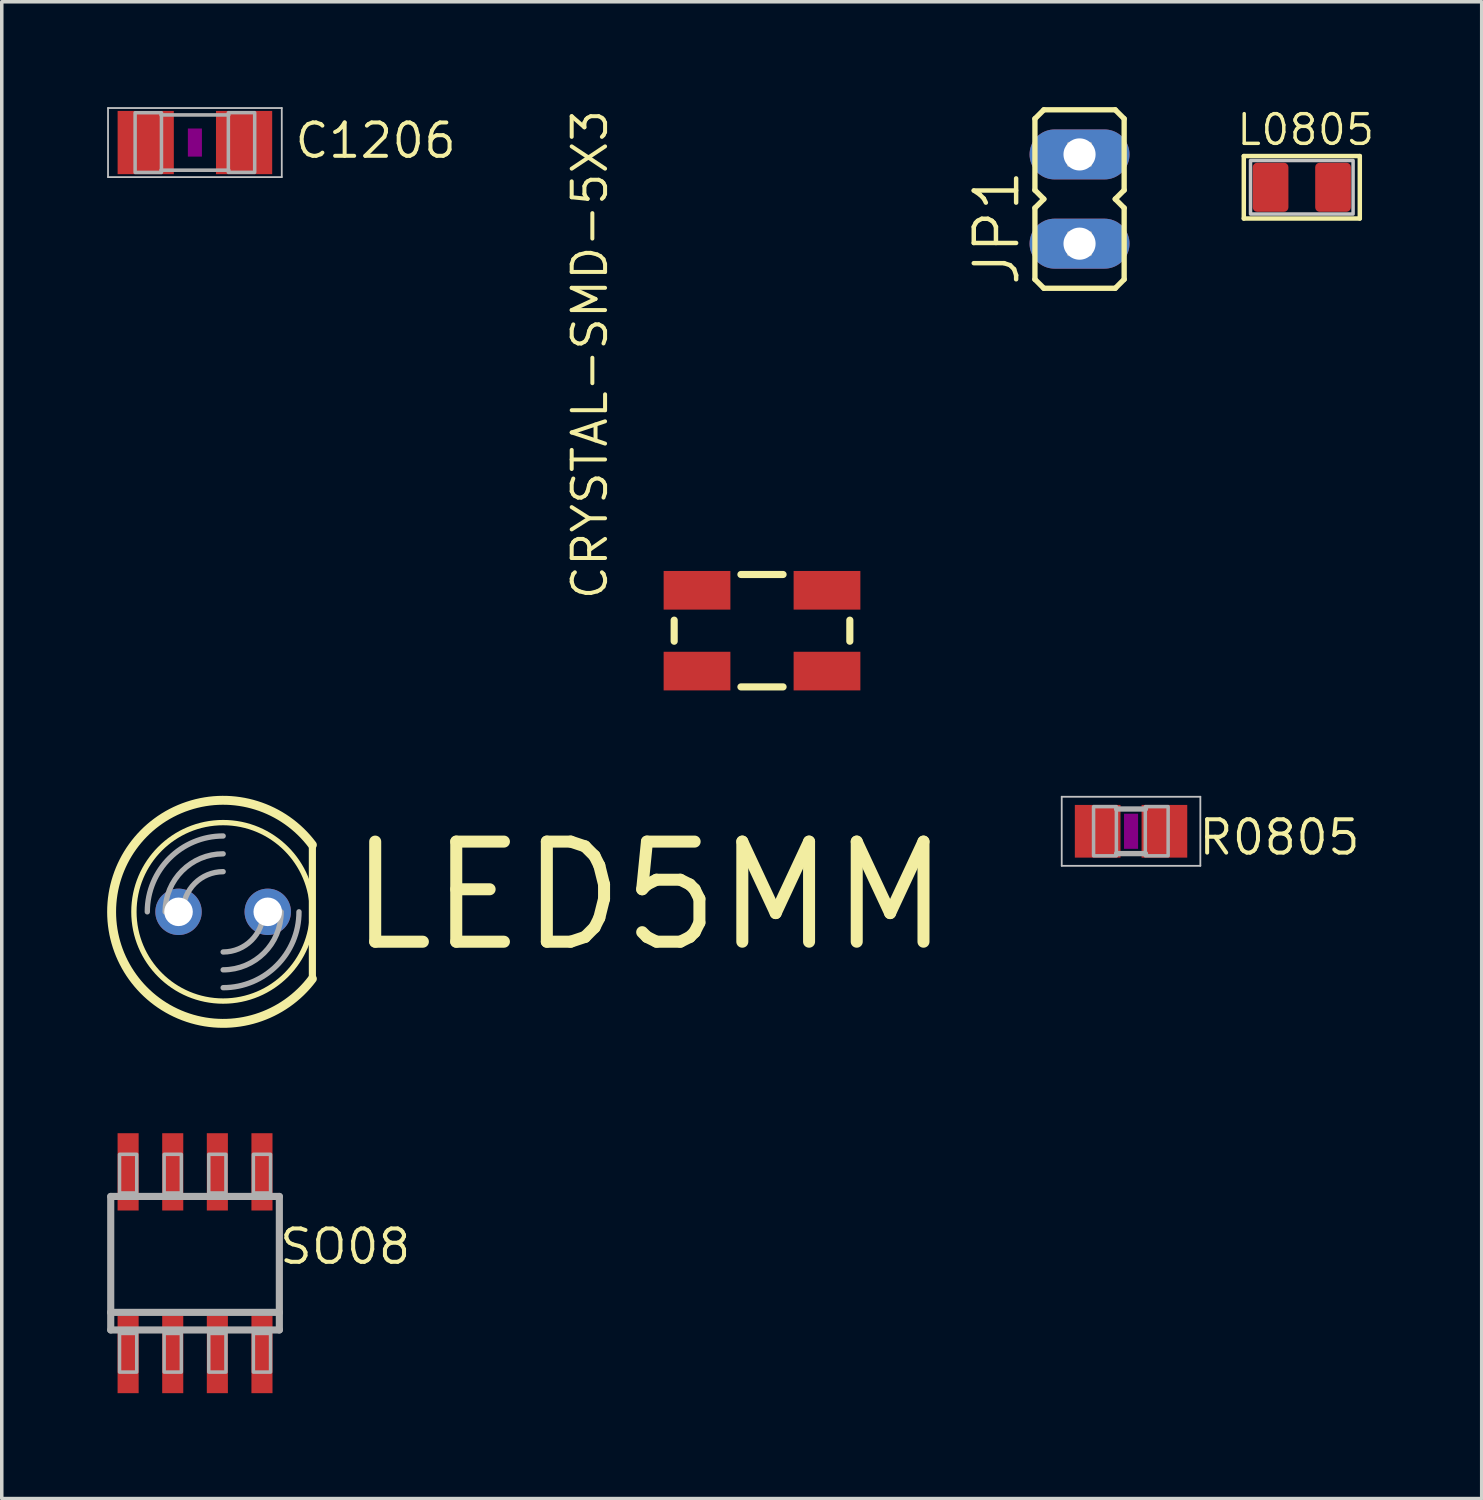
<source format=kicad_pcb>
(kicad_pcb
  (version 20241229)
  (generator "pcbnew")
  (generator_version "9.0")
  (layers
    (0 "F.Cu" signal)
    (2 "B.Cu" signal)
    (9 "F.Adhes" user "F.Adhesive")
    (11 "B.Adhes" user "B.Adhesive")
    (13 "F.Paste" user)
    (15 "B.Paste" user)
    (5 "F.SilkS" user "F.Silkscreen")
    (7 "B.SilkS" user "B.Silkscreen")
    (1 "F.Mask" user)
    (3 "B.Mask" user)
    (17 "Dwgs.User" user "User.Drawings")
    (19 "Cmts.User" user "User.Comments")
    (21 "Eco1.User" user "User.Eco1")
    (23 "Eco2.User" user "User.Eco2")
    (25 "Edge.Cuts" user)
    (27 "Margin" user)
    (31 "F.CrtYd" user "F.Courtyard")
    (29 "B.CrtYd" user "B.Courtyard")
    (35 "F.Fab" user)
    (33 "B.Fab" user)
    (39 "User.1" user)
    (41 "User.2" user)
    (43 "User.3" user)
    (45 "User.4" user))
  (footprint "C1206"
    (layer "F.Cu")
    (at 2.498 1.008)
    (property "Reference" "C1206" (at 2.785 0.5 0) (layer "F.SilkS") (effects (font (size 0.95 0.95) (thickness 0.114)) (justify left bottom)))
    (attr through_hole)
    (fp_poly (pts (xy -0.2 0.4) (xy 0.2 0.4) (xy 0.2 -0.4) (xy -0.2 -0.4)) (stroke (width 0) (type solid)) (fill yes) (layer "F.Adhes"))
    (fp_line (start -2.473 -0.983) (end 2.473 -0.983) (stroke (width 0.051) (type solid)) (layer "Dwgs.User"))
    (fp_line (start -2.473 0.983) (end -2.473 -0.983) (stroke (width 0.051) (type solid)) (layer "Dwgs.User"))
    (fp_line (start 2.473 -0.983) (end 2.473 0.983) (stroke (width 0.051) (type solid)) (layer "Dwgs.User"))
    (fp_line (start 2.473 0.983) (end -2.473 0.983) (stroke (width 0.051) (type solid)) (layer "Dwgs.User"))
    (fp_line (start -0.965 -0.787) (end 0.965 -0.787) (stroke (width 0.102) (type solid)) (layer "F.Fab"))
    (fp_line (start -0.965 0.787) (end 0.965 0.787) (stroke (width 0.102) (type solid)) (layer "F.Fab"))
    (fp_poly (pts (xy -1.702 0.851) (xy -0.952 0.851) (xy -0.952 -0.849) (xy -1.702 -0.849)) (stroke (width 0.1) (type solid)) (fill no) (layer "F.Fab"))
    (fp_poly (pts (xy 0.952 0.849) (xy 1.702 0.849) (xy 1.702 -0.851) (xy 0.952 -0.851)) (stroke (width 0.1) (type solid)) (fill no) (layer "F.Fab"))
    (pad "1" smd rect (at -1.4 0) (size 1.6 1.8) (layers "F.Cu" "F.Mask" "F.Paste"))
    (pad "2" smd rect (at 1.4 0) (size 1.6 1.8) (layers "F.Cu" "F.Mask" "F.Paste")))
  (footprint "CRYSTAL-SMD-5X3"
    (layer "F.Cu")
    (at 18.641 14.903)
    (property "Reference" "CRYSTAL-SMD-5X3" (at -4.345 -0.818 90) (layer "F.SilkS") (effects (font (size 0.95 0.95) (thickness 0.114)) (justify left bottom)))
    (attr through_hole)
    (fp_line (start -2.5 -0.3) (end -2.5 0.3) (stroke (width 0.203) (type solid)) (layer "F.SilkS"))
    (fp_line (start -0.6 -1.6) (end 0.6 -1.6) (stroke (width 0.203) (type solid)) (layer "F.SilkS"))
    (fp_line (start 0.6 1.6) (end -0.6 1.6) (stroke (width 0.203) (type solid)) (layer "F.SilkS"))
    (fp_line (start 2.5 -0.3) (end 2.5 0.3) (stroke (width 0.203) (type solid)) (layer "F.SilkS"))
    (pad "1" smd rect (at -1.85 1.15) (size 1.9 1.1) (layers "F.Cu" "F.Mask" "F.Paste"))
    (pad "2" smd rect (at 1.85 1.15) (size 1.9 1.1) (layers "F.Cu" "F.Mask" "F.Paste"))
    (pad "3" smd rect (at 1.85 -1.15) (size 1.9 1.1) (layers "F.Cu" "F.Mask" "F.Paste"))
    (pad "4" smd rect (at -1.85 -1.15) (size 1.9 1.1) (layers "F.Cu" "F.Mask" "F.Paste")))
  (footprint "L0805"
    (layer "F.Cu")
    (at 34.007 2.281)
    (property "Reference" "L0805" (at -1.905 -1.143 0) (layer "F.SilkS") (effects (font (size 0.845 0.845) (thickness 0.098)) (justify left bottom)))
    (attr through_hole)
    (fp_line (start -1.651 -0.889) (end 1.651 -0.889) (stroke (width 0.127) (type solid)) (layer "F.SilkS"))
    (fp_line (start -1.651 0.889) (end -1.651 -0.889) (stroke (width 0.127) (type solid)) (layer "F.SilkS"))
    (fp_line (start 1.651 -0.889) (end 1.651 0.889) (stroke (width 0.127) (type solid)) (layer "F.SilkS"))
    (fp_line (start 1.651 0.889) (end -1.651 0.889) (stroke (width 0.127) (type solid)) (layer "F.SilkS"))
    (fp_poly (pts (xy -1.46 0.762) (xy 1.46 0.762) (xy 1.46 -0.762) (xy -1.46 -0.762)) (stroke (width 0.1) (type solid)) (fill no) (layer "Dwgs.User"))
    (pad "1" smd roundrect (at -0.889 0) (size 1.016 1.397) (layers "F.Cu" "F.Mask" "F.Paste") (roundrect_rratio 0.125))
    (pad "2" smd roundrect (at 0.889 0) (size 1.016 1.397) (layers "F.Cu" "F.Mask" "F.Paste") (roundrect_rratio 0.125)))
  (footprint "JP1"
    (layer "F.Cu")
    (at 27.68 2.616)
    (property "Reference" "JP1" (at -1.651 2.54 90) (layer "F.SilkS") (effects (font (size 1.206 1.206) (thickness 0.127)) (justify left bottom)))
    (attr through_hole)
    (fp_line (start -1.27 -2.286) (end -1.27 -0.254) (stroke (width 0.152) (type solid)) (layer "F.SilkS"))
    (fp_line (start -1.27 -2.286) (end -1.016 -2.54) (stroke (width 0.152) (type solid)) (layer "F.SilkS"))
    (fp_line (start -1.27 0.254) (end -1.27 2.286) (stroke (width 0.152) (type solid)) (layer "F.SilkS"))
    (fp_line (start -1.016 0) (end -1.27 -0.254) (stroke (width 0.152) (type solid)) (layer "F.SilkS"))
    (fp_line (start -1.016 0) (end -1.27 0.254) (stroke (width 0.152) (type solid)) (layer "F.SilkS"))
    (fp_line (start -1.016 2.54) (end -1.27 2.286) (stroke (width 0.152) (type solid)) (layer "F.SilkS"))
    (fp_line (start -1.016 2.54) (end 1.016 2.54) (stroke (width 0.152) (type solid)) (layer "F.SilkS"))
    (fp_line (start 1.016 -2.54) (end -1.016 -2.54) (stroke (width 0.152) (type solid)) (layer "F.SilkS"))
    (fp_line (start 1.016 0) (end 1.27 -0.254) (stroke (width 0.152) (type solid)) (layer "F.SilkS"))
    (fp_line (start 1.016 0) (end 1.27 0.254) (stroke (width 0.152) (type solid)) (layer "F.SilkS"))
    (fp_line (start 1.016 2.54) (end 1.27 2.286) (stroke (width 0.152) (type solid)) (layer "F.SilkS"))
    (fp_line (start 1.27 -2.286) (end 1.016 -2.54) (stroke (width 0.152) (type solid)) (layer "F.SilkS"))
    (fp_line (start 1.27 -2.286) (end 1.27 -0.254) (stroke (width 0.152) (type solid)) (layer "F.SilkS"))
    (fp_line (start 1.27 0.254) (end 1.27 2.286) (stroke (width 0.152) (type solid)) (layer "F.SilkS"))
    (fp_poly (pts (xy -0.305 -0.965) (xy 0.305 -0.965) (xy 0.305 -1.575) (xy -0.305 -1.575)) (stroke (width 0.1) (type solid)) (fill no) (layer "F.Fab"))
    (fp_poly (pts (xy -0.305 1.575) (xy 0.305 1.575) (xy 0.305 0.965) (xy -0.305 0.965)) (stroke (width 0.1) (type solid)) (fill no) (layer "F.Fab"))
    (pad "1" thru_hole oval (at 0 1.27) (size 2.845 1.422) (drill 0.914) (layers "*.Cu" "*.Mask"))
    (pad "2" thru_hole oval (at 0 -1.27) (size 2.845 1.422) (drill 0.914) (layers "*.Cu" "*.Mask")))
  (footprint "SO08"
    (layer "F.Cu")
    (at 2.502 32.908)
    (property "Reference" "SO08" (at 2.345 0.083 0) (layer "F.SilkS") (effects (font (size 0.95 0.95) (thickness 0.114)) (justify left bottom)))
    (attr through_hole)
    (fp_line (start -2.4 -1.9) (end 2.4 -1.9) (stroke (width 0.203) (type solid)) (layer "F.Fab"))
    (fp_line (start -2.4 1.4) (end -2.4 -1.9) (stroke (width 0.203) (type solid)) (layer "F.Fab"))
    (fp_line (start -2.4 1.9) (end -2.4 1.4) (stroke (width 0.203) (type solid)) (layer "F.Fab"))
    (fp_line (start 2.4 -1.9) (end 2.4 1.4) (stroke (width 0.203) (type solid)) (layer "F.Fab"))
    (fp_line (start 2.4 1.4) (end -2.4 1.4) (stroke (width 0.203) (type solid)) (layer "F.Fab"))
    (fp_line (start 2.4 1.4) (end 2.4 1.9) (stroke (width 0.203) (type solid)) (layer "F.Fab"))
    (fp_line (start 2.4 1.9) (end -2.4 1.9) (stroke (width 0.203) (type solid)) (layer "F.Fab"))
    (fp_poly (pts (xy -2.15 -2) (xy -1.66 -2) (xy -1.66 -3.1) (xy -2.15 -3.1)) (stroke (width 0.1) (type solid)) (fill no) (layer "F.Fab"))
    (fp_poly (pts (xy -2.15 3.1) (xy -1.66 3.1) (xy -1.66 2) (xy -2.15 2)) (stroke (width 0.1) (type solid)) (fill no) (layer "F.Fab"))
    (fp_poly (pts (xy -0.88 -2) (xy -0.39 -2) (xy -0.39 -3.1) (xy -0.88 -3.1)) (stroke (width 0.1) (type solid)) (fill no) (layer "F.Fab"))
    (fp_poly (pts (xy -0.88 3.1) (xy -0.39 3.1) (xy -0.39 2) (xy -0.88 2)) (stroke (width 0.1) (type solid)) (fill no) (layer "F.Fab"))
    (fp_poly (pts (xy 0.39 -2) (xy 0.88 -2) (xy 0.88 -3.1) (xy 0.39 -3.1)) (stroke (width 0.1) (type solid)) (fill no) (layer "F.Fab"))
    (fp_poly (pts (xy 0.39 3.1) (xy 0.88 3.1) (xy 0.88 2) (xy 0.39 2)) (stroke (width 0.1) (type solid)) (fill no) (layer "F.Fab"))
    (fp_poly (pts (xy 1.66 -2) (xy 2.15 -2) (xy 2.15 -3.1) (xy 1.66 -3.1)) (stroke (width 0.1) (type solid)) (fill no) (layer "F.Fab"))
    (fp_poly (pts (xy 1.66 3.1) (xy 2.15 3.1) (xy 2.15 2) (xy 1.66 2)) (stroke (width 0.1) (type solid)) (fill no) (layer "F.Fab"))
    (pad "1" smd rect (at -1.905 2.6) (size 0.6 2.2) (layers "F.Cu" "F.Mask" "F.Paste"))
    (pad "2" smd rect (at -0.635 2.6) (size 0.6 2.2) (layers "F.Cu" "F.Mask" "F.Paste"))
    (pad "3" smd rect (at 0.635 2.6) (size 0.6 2.2) (layers "F.Cu" "F.Mask" "F.Paste"))
    (pad "4" smd rect (at 1.905 2.6) (size 0.6 2.2) (layers "F.Cu" "F.Mask" "F.Paste"))
    (pad "5" smd rect (at 1.905 -2.6) (size 0.6 2.2) (layers "F.Cu" "F.Mask" "F.Paste"))
    (pad "6" smd rect (at 0.635 -2.6) (size 0.6 2.2) (layers "F.Cu" "F.Mask" "F.Paste"))
    (pad "7" smd rect (at -0.635 -2.6) (size 0.6 2.2) (layers "F.Cu" "F.Mask" "F.Paste"))
    (pad "8" smd rect (at -1.905 -2.6) (size 0.6 2.2) (layers "F.Cu" "F.Mask" "F.Paste")))
  (footprint "R0805"
    (layer "F.Cu")
    (at 29.146 20.613)
    (property "Reference" "R0805" (at 1.865 0.73 180) (layer "F.SilkS") (effects (font (size 0.95 0.95) (thickness 0.114)) (justify left bottom)))
    (attr through_hole)
    (fp_poly (pts (xy -0.2 0.5) (xy 0.2 0.5) (xy 0.2 -0.5) (xy -0.2 -0.5)) (stroke (width 0) (type solid)) (fill yes) (layer "F.Adhes"))
    (fp_line (start -1.973 -0.983) (end 1.973 -0.983) (stroke (width 0.051) (type solid)) (layer "Dwgs.User"))
    (fp_line (start -1.973 0.983) (end -1.973 -0.983) (stroke (width 0.051) (type solid)) (layer "Dwgs.User"))
    (fp_line (start 1.973 -0.983) (end 1.973 0.983) (stroke (width 0.051) (type solid)) (layer "Dwgs.User"))
    (fp_line (start 1.973 0.983) (end -1.973 0.983) (stroke (width 0.051) (type solid)) (layer "Dwgs.User"))
    (fp_line (start -0.41 -0.635) (end 0.41 -0.635) (stroke (width 0.152) (type solid)) (layer "F.Fab"))
    (fp_line (start -0.41 0.635) (end 0.41 0.635) (stroke (width 0.152) (type solid)) (layer "F.Fab"))
    (fp_poly (pts (xy -1.067 0.699) (xy -0.417 0.699) (xy -0.417 -0.702) (xy -1.067 -0.702)) (stroke (width 0.1) (type solid)) (fill no) (layer "F.Fab"))
    (fp_poly (pts (xy 0.406 0.699) (xy 1.056 0.699) (xy 1.056 -0.702) (xy 0.406 -0.702)) (stroke (width 0.1) (type solid)) (fill no) (layer "F.Fab"))
    (pad "1" smd rect (at -0.95 0) (size 1.3 1.5) (layers "F.Cu" "F.Mask" "F.Paste"))
    (pad "2" smd rect (at 0.95 0) (size 1.3 1.5) (layers "F.Cu" "F.Mask" "F.Paste")))
  (footprint "LED5MM"
    (layer "F.Cu")
    (at 3.302 22.906)
    (property "Reference" "LED5MM" (at 3.425 1.217 0) (layer "F.SilkS") (effects (font (size 2.85 2.85) (thickness 0.342)) (justify left bottom)))
    (attr through_hole)
    (fp_line (start 2.54 1.905) (end 2.54 -1.905) (stroke (width 0.203) (type solid)) (layer "F.SilkS"))
    (fp_arc (start 2.54 1.905) (mid -3.175 0) (end 2.54 -1.905) (stroke (width 0.254) (type solid)) (layer "F.SilkS"))
    (fp_circle (center 0 0) (end 2.54 0) (stroke (width 0.152) (type solid)) (fill no) (layer "F.SilkS"))
    (fp_arc (start -2.159 0) (mid -1.526644 -1.526644) (end 0 -2.159) (stroke (width 0.1524) (type solid)) (layer "F.Fab"))
    (fp_arc (start -1.651 0) (mid -1.167433 -1.167433) (end 0 -1.651) (stroke (width 0.1524) (type solid)) (layer "F.Fab"))
    (fp_arc (start -1.143 0) (mid -0.808223 -0.808223) (end 0 -1.143) (stroke (width 0.1524) (type solid)) (layer "F.Fab"))
    (fp_arc (start 1.143 0) (mid 0.808223 0.808223) (end 0 1.143) (stroke (width 0.1524) (type solid)) (layer "F.Fab"))
    (fp_arc (start 1.651 0) (mid 1.167433 1.167433) (end 0 1.651) (stroke (width 0.1524) (type solid)) (layer "F.Fab"))
    (fp_arc (start 2.159 0) (mid 1.526644 1.526644) (end 0 2.159) (stroke (width 0.1524) (type solid)) (layer "F.Fab"))
    (pad "A" thru_hole circle (at -1.27 0) (size 1.321 1.321) (drill 0.813) (layers "*.Cu" "*.Mask"))
    (pad "K" thru_hole circle (at 1.27 0) (size 1.321 1.321) (drill 0.813) (layers "*.Cu" "*.Mask")))
  (gr_rect
    (start -3 -3)
    (end 39.128 39.608)
    (stroke (width 0.1) (type default))
    (fill no)
    (layer "Edge.Cuts")))
</source>
